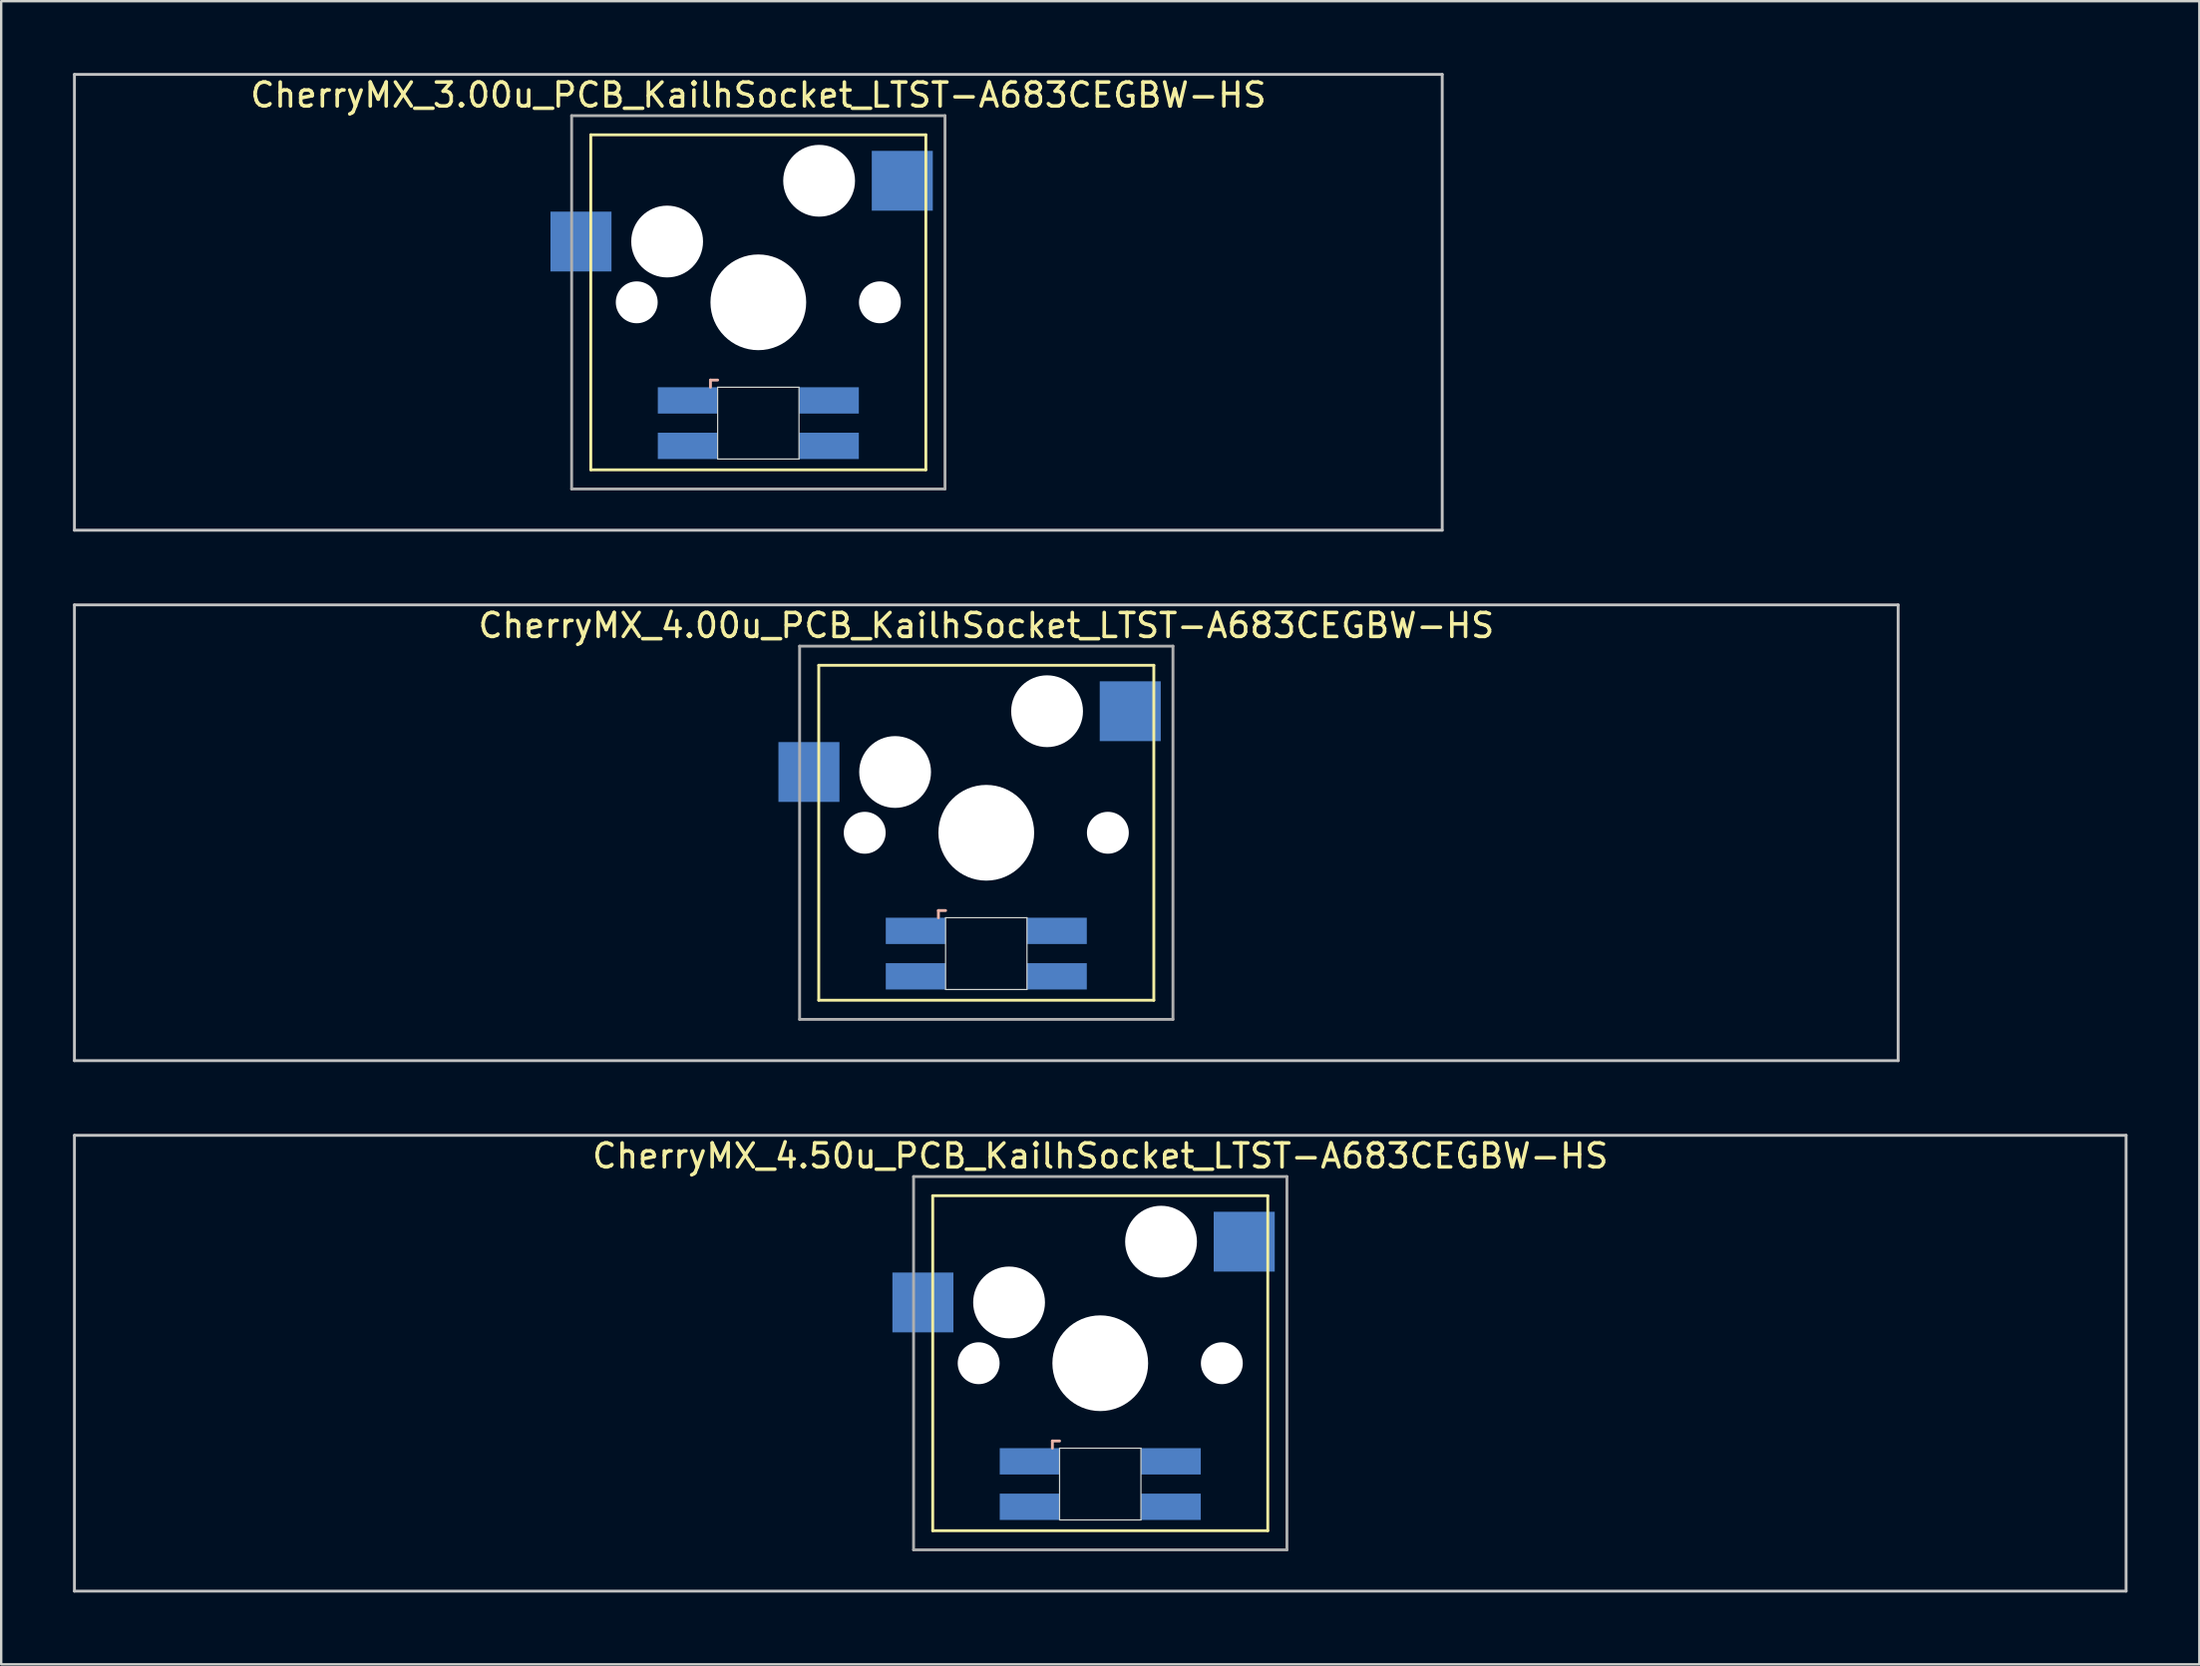
<source format=kicad_pcb>
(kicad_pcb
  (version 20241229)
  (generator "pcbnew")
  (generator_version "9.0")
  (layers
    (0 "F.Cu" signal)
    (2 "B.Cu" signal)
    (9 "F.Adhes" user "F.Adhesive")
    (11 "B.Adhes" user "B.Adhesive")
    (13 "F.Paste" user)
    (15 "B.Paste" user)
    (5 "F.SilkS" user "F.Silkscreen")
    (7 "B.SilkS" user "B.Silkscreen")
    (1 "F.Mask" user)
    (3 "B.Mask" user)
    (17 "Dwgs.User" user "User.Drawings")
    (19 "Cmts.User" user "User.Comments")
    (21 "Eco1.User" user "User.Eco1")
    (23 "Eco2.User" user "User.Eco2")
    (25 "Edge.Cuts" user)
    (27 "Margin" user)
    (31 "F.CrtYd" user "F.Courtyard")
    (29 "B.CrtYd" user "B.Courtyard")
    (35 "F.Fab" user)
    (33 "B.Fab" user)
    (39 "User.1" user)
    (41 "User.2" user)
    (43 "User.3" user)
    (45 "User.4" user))
  (footprint "CherryMX_4.00u_PCB_KailhSocket_LTST-A683CEGBW-HS"
    (layer "F.Cu")
    (at 38.16 31.755)
    (property "Reference" "CherryMX_4.00u_PCB_KailhSocket_LTST-A683CEGBW-HS" (at 0 -8.662 0) (layer "F.SilkS") (effects (font (size 1 1) (thickness 0.15))))
    (attr through_hole)
    (fp_line (start -7 -7) (end -7 7) (stroke (width 0.12) (type solid)) (layer "F.SilkS"))
    (fp_line (start -7 -7) (end 7 -7) (stroke (width 0.12) (type solid)) (layer "F.SilkS"))
    (fp_line (start 7 -7) (end 7 7) (stroke (width 0.12) (type solid)) (layer "F.SilkS"))
    (fp_line (start 7 7) (end -7 7) (stroke (width 0.12) (type solid)) (layer "F.SilkS"))
    (fp_line (start -2 3.25) (end -2 3.55) (stroke (width 0.12) (type solid)) (layer "B.SilkS"))
    (fp_line (start -1.7 3.25) (end -2 3.25) (stroke (width 0.12) (type solid)) (layer "B.SilkS"))
    (fp_line (start -38.1 -9.525) (end 38.1 -9.525) (stroke (width 0.12) (type solid)) (layer "Dwgs.User"))
    (fp_line (start -38.1 9.525) (end -38.1 -9.525) (stroke (width 0.12) (type solid)) (layer "Dwgs.User"))
    (fp_line (start 38.1 -9.525) (end 38.1 9.525) (stroke (width 0.12) (type solid)) (layer "Dwgs.User"))
    (fp_line (start 38.1 9.525) (end -38.1 9.525) (stroke (width 0.12) (type solid)) (layer "Dwgs.User"))
    (fp_line (start -1.7 3.55) (end 1.7 3.55) (stroke (width 0.05) (type solid)) (layer "Edge.Cuts"))
    (fp_line (start -1.7 6.55) (end -1.7 3.55) (stroke (width 0.05) (type solid)) (layer "Edge.Cuts"))
    (fp_line (start 1.7 3.55) (end 1.7 6.55) (stroke (width 0.05) (type solid)) (layer "Edge.Cuts"))
    (fp_line (start 1.7 6.55) (end -1.7 6.55) (stroke (width 0.05) (type solid)) (layer "Edge.Cuts"))
    (fp_line (start -7.8 -7.8) (end -7.8 7.8) (stroke (width 0.12) (type solid)) (layer "F.Fab"))
    (fp_line (start -7.8 -7.8) (end 7.8 -7.8) (stroke (width 0.12) (type solid)) (layer "F.Fab"))
    (fp_line (start -7.8 7.8) (end 7.8 7.8) (stroke (width 0.12) (type solid)) (layer "F.Fab"))
    (fp_line (start 7.8 -7.8) (end 7.8 7.8) (stroke (width 0.12) (type solid)) (layer "F.Fab"))
    (pad "" np_thru_hole circle (at -5.08 0) (size 1.75 1.75) (drill 1.75) (layers "*.Cu" "*.Mask"))
    (pad "" np_thru_hole circle (at -3.81 -2.54) (size 3 3) (drill 3) (layers "*.Cu" "*.Mask"))
    (pad "" np_thru_hole circle (at 0 0) (size 4 4) (drill 4) (layers "*.Cu" "*.Mask"))
    (pad "" np_thru_hole circle (at 2.54 -5.08) (size 3 3) (drill 3) (layers "*.Cu" "*.Mask"))
    (pad "" np_thru_hole circle (at 5.08 0) (size 1.75 1.75) (drill 1.75) (layers "*.Cu" "*.Mask"))
    (pad "1" smd rect (at -7.41 -2.54) (size 2.55 2.5) (layers "B.Cu" "B.Mask" "B.Paste"))
    (pad "2" smd rect (at 6.015 -5.08) (size 2.55 2.5) (layers "B.Cu" "B.Mask" "B.Paste"))
    (pad "3" smd rect (at -2.95 4.1) (size 2.5 1.1) (layers "B.Cu" "B.Mask" "B.Paste"))
    (pad "4" smd rect (at -2.95 6) (size 2.5 1.1) (layers "B.Cu" "B.Mask" "B.Paste"))
    (pad "5" smd rect (at 2.95 4.1) (size 2.5 1.1) (layers "B.Cu" "B.Mask" "B.Paste"))
    (pad "6" smd rect (at 2.95 6) (size 2.5 1.1) (layers "B.Cu" "B.Mask" "B.Paste")))
  (footprint "CherryMX_3.00u_PCB_KailhSocket_LTST-A683CEGBW-HS"
    (layer "F.Cu")
    (at 28.635 9.585)
    (property "Reference" "CherryMX_3.00u_PCB_KailhSocket_LTST-A683CEGBW-HS" (at 0 -8.662 0) (layer "F.SilkS") (effects (font (size 1 1) (thickness 0.15))))
    (attr through_hole)
    (fp_line (start -7 -7) (end -7 7) (stroke (width 0.12) (type solid)) (layer "F.SilkS"))
    (fp_line (start -7 -7) (end 7 -7) (stroke (width 0.12) (type solid)) (layer "F.SilkS"))
    (fp_line (start 7 -7) (end 7 7) (stroke (width 0.12) (type solid)) (layer "F.SilkS"))
    (fp_line (start 7 7) (end -7 7) (stroke (width 0.12) (type solid)) (layer "F.SilkS"))
    (fp_line (start -2 3.25) (end -2 3.55) (stroke (width 0.12) (type solid)) (layer "B.SilkS"))
    (fp_line (start -1.7 3.25) (end -2 3.25) (stroke (width 0.12) (type solid)) (layer "B.SilkS"))
    (fp_line (start -28.575 -9.525) (end 28.575 -9.525) (stroke (width 0.12) (type solid)) (layer "Dwgs.User"))
    (fp_line (start -28.575 9.525) (end -28.575 -9.525) (stroke (width 0.12) (type solid)) (layer "Dwgs.User"))
    (fp_line (start 28.575 -9.525) (end 28.575 9.525) (stroke (width 0.12) (type solid)) (layer "Dwgs.User"))
    (fp_line (start 28.575 9.525) (end -28.575 9.525) (stroke (width 0.12) (type solid)) (layer "Dwgs.User"))
    (fp_line (start -1.7 3.55) (end 1.7 3.55) (stroke (width 0.05) (type solid)) (layer "Edge.Cuts"))
    (fp_line (start -1.7 6.55) (end -1.7 3.55) (stroke (width 0.05) (type solid)) (layer "Edge.Cuts"))
    (fp_line (start 1.7 3.55) (end 1.7 6.55) (stroke (width 0.05) (type solid)) (layer "Edge.Cuts"))
    (fp_line (start 1.7 6.55) (end -1.7 6.55) (stroke (width 0.05) (type solid)) (layer "Edge.Cuts"))
    (fp_line (start -7.8 -7.8) (end -7.8 7.8) (stroke (width 0.12) (type solid)) (layer "F.Fab"))
    (fp_line (start -7.8 -7.8) (end 7.8 -7.8) (stroke (width 0.12) (type solid)) (layer "F.Fab"))
    (fp_line (start -7.8 7.8) (end 7.8 7.8) (stroke (width 0.12) (type solid)) (layer "F.Fab"))
    (fp_line (start 7.8 -7.8) (end 7.8 7.8) (stroke (width 0.12) (type solid)) (layer "F.Fab"))
    (pad "" np_thru_hole circle (at -5.08 0) (size 1.75 1.75) (drill 1.75) (layers "*.Cu" "*.Mask"))
    (pad "" np_thru_hole circle (at -3.81 -2.54) (size 3 3) (drill 3) (layers "*.Cu" "*.Mask"))
    (pad "" np_thru_hole circle (at 0 0) (size 4 4) (drill 4) (layers "*.Cu" "*.Mask"))
    (pad "" np_thru_hole circle (at 2.54 -5.08) (size 3 3) (drill 3) (layers "*.Cu" "*.Mask"))
    (pad "" np_thru_hole circle (at 5.08 0) (size 1.75 1.75) (drill 1.75) (layers "*.Cu" "*.Mask"))
    (pad "1" smd rect (at -7.41 -2.54) (size 2.55 2.5) (layers "B.Cu" "B.Mask" "B.Paste"))
    (pad "2" smd rect (at 6.015 -5.08) (size 2.55 2.5) (layers "B.Cu" "B.Mask" "B.Paste"))
    (pad "3" smd rect (at -2.95 4.1) (size 2.5 1.1) (layers "B.Cu" "B.Mask" "B.Paste"))
    (pad "4" smd rect (at -2.95 6) (size 2.5 1.1) (layers "B.Cu" "B.Mask" "B.Paste"))
    (pad "5" smd rect (at 2.95 4.1) (size 2.5 1.1) (layers "B.Cu" "B.Mask" "B.Paste"))
    (pad "6" smd rect (at 2.95 6) (size 2.5 1.1) (layers "B.Cu" "B.Mask" "B.Paste")))
  (footprint "CherryMX_4.50u_PCB_KailhSocket_LTST-A683CEGBW-HS"
    (layer "F.Cu")
    (at 42.922 53.925)
    (property "Reference" "CherryMX_4.50u_PCB_KailhSocket_LTST-A683CEGBW-HS" (at 0 -8.662 0) (layer "F.SilkS") (effects (font (size 1 1) (thickness 0.15))))
    (attr through_hole)
    (fp_line (start -7 -7) (end -7 7) (stroke (width 0.12) (type solid)) (layer "F.SilkS"))
    (fp_line (start -7 -7) (end 7 -7) (stroke (width 0.12) (type solid)) (layer "F.SilkS"))
    (fp_line (start 7 -7) (end 7 7) (stroke (width 0.12) (type solid)) (layer "F.SilkS"))
    (fp_line (start 7 7) (end -7 7) (stroke (width 0.12) (type solid)) (layer "F.SilkS"))
    (fp_line (start -2 3.25) (end -2 3.55) (stroke (width 0.12) (type solid)) (layer "B.SilkS"))
    (fp_line (start -1.7 3.25) (end -2 3.25) (stroke (width 0.12) (type solid)) (layer "B.SilkS"))
    (fp_line (start -42.862 -9.525) (end 42.862 -9.525) (stroke (width 0.12) (type solid)) (layer "Dwgs.User"))
    (fp_line (start -42.862 9.525) (end -42.862 -9.525) (stroke (width 0.12) (type solid)) (layer "Dwgs.User"))
    (fp_line (start 42.862 -9.525) (end 42.862 9.525) (stroke (width 0.12) (type solid)) (layer "Dwgs.User"))
    (fp_line (start 42.862 9.525) (end -42.862 9.525) (stroke (width 0.12) (type solid)) (layer "Dwgs.User"))
    (fp_line (start -1.7 3.55) (end 1.7 3.55) (stroke (width 0.05) (type solid)) (layer "Edge.Cuts"))
    (fp_line (start -1.7 6.55) (end -1.7 3.55) (stroke (width 0.05) (type solid)) (layer "Edge.Cuts"))
    (fp_line (start 1.7 3.55) (end 1.7 6.55) (stroke (width 0.05) (type solid)) (layer "Edge.Cuts"))
    (fp_line (start 1.7 6.55) (end -1.7 6.55) (stroke (width 0.05) (type solid)) (layer "Edge.Cuts"))
    (fp_line (start -7.8 -7.8) (end -7.8 7.8) (stroke (width 0.12) (type solid)) (layer "F.Fab"))
    (fp_line (start -7.8 -7.8) (end 7.8 -7.8) (stroke (width 0.12) (type solid)) (layer "F.Fab"))
    (fp_line (start -7.8 7.8) (end 7.8 7.8) (stroke (width 0.12) (type solid)) (layer "F.Fab"))
    (fp_line (start 7.8 -7.8) (end 7.8 7.8) (stroke (width 0.12) (type solid)) (layer "F.Fab"))
    (pad "" np_thru_hole circle (at -5.08 0) (size 1.75 1.75) (drill 1.75) (layers "*.Cu" "*.Mask"))
    (pad "" np_thru_hole circle (at -3.81 -2.54) (size 3 3) (drill 3) (layers "*.Cu" "*.Mask"))
    (pad "" np_thru_hole circle (at 0 0) (size 4 4) (drill 4) (layers "*.Cu" "*.Mask"))
    (pad "" np_thru_hole circle (at 2.54 -5.08) (size 3 3) (drill 3) (layers "*.Cu" "*.Mask"))
    (pad "" np_thru_hole circle (at 5.08 0) (size 1.75 1.75) (drill 1.75) (layers "*.Cu" "*.Mask"))
    (pad "1" smd rect (at -7.41 -2.54) (size 2.55 2.5) (layers "B.Cu" "B.Mask" "B.Paste"))
    (pad "2" smd rect (at 6.015 -5.08) (size 2.55 2.5) (layers "B.Cu" "B.Mask" "B.Paste"))
    (pad "3" smd rect (at -2.95 4.1) (size 2.5 1.1) (layers "B.Cu" "B.Mask" "B.Paste"))
    (pad "4" smd rect (at -2.95 6) (size 2.5 1.1) (layers "B.Cu" "B.Mask" "B.Paste"))
    (pad "5" smd rect (at 2.95 4.1) (size 2.5 1.1) (layers "B.Cu" "B.Mask" "B.Paste"))
    (pad "6" smd rect (at 2.95 6) (size 2.5 1.1) (layers "B.Cu" "B.Mask" "B.Paste")))
  (gr_rect
    (start -3 -3)
    (end 88.845 66.51)
    (stroke (width 0.1) (type default))
    (fill no)
    (layer "Edge.Cuts")))
</source>
